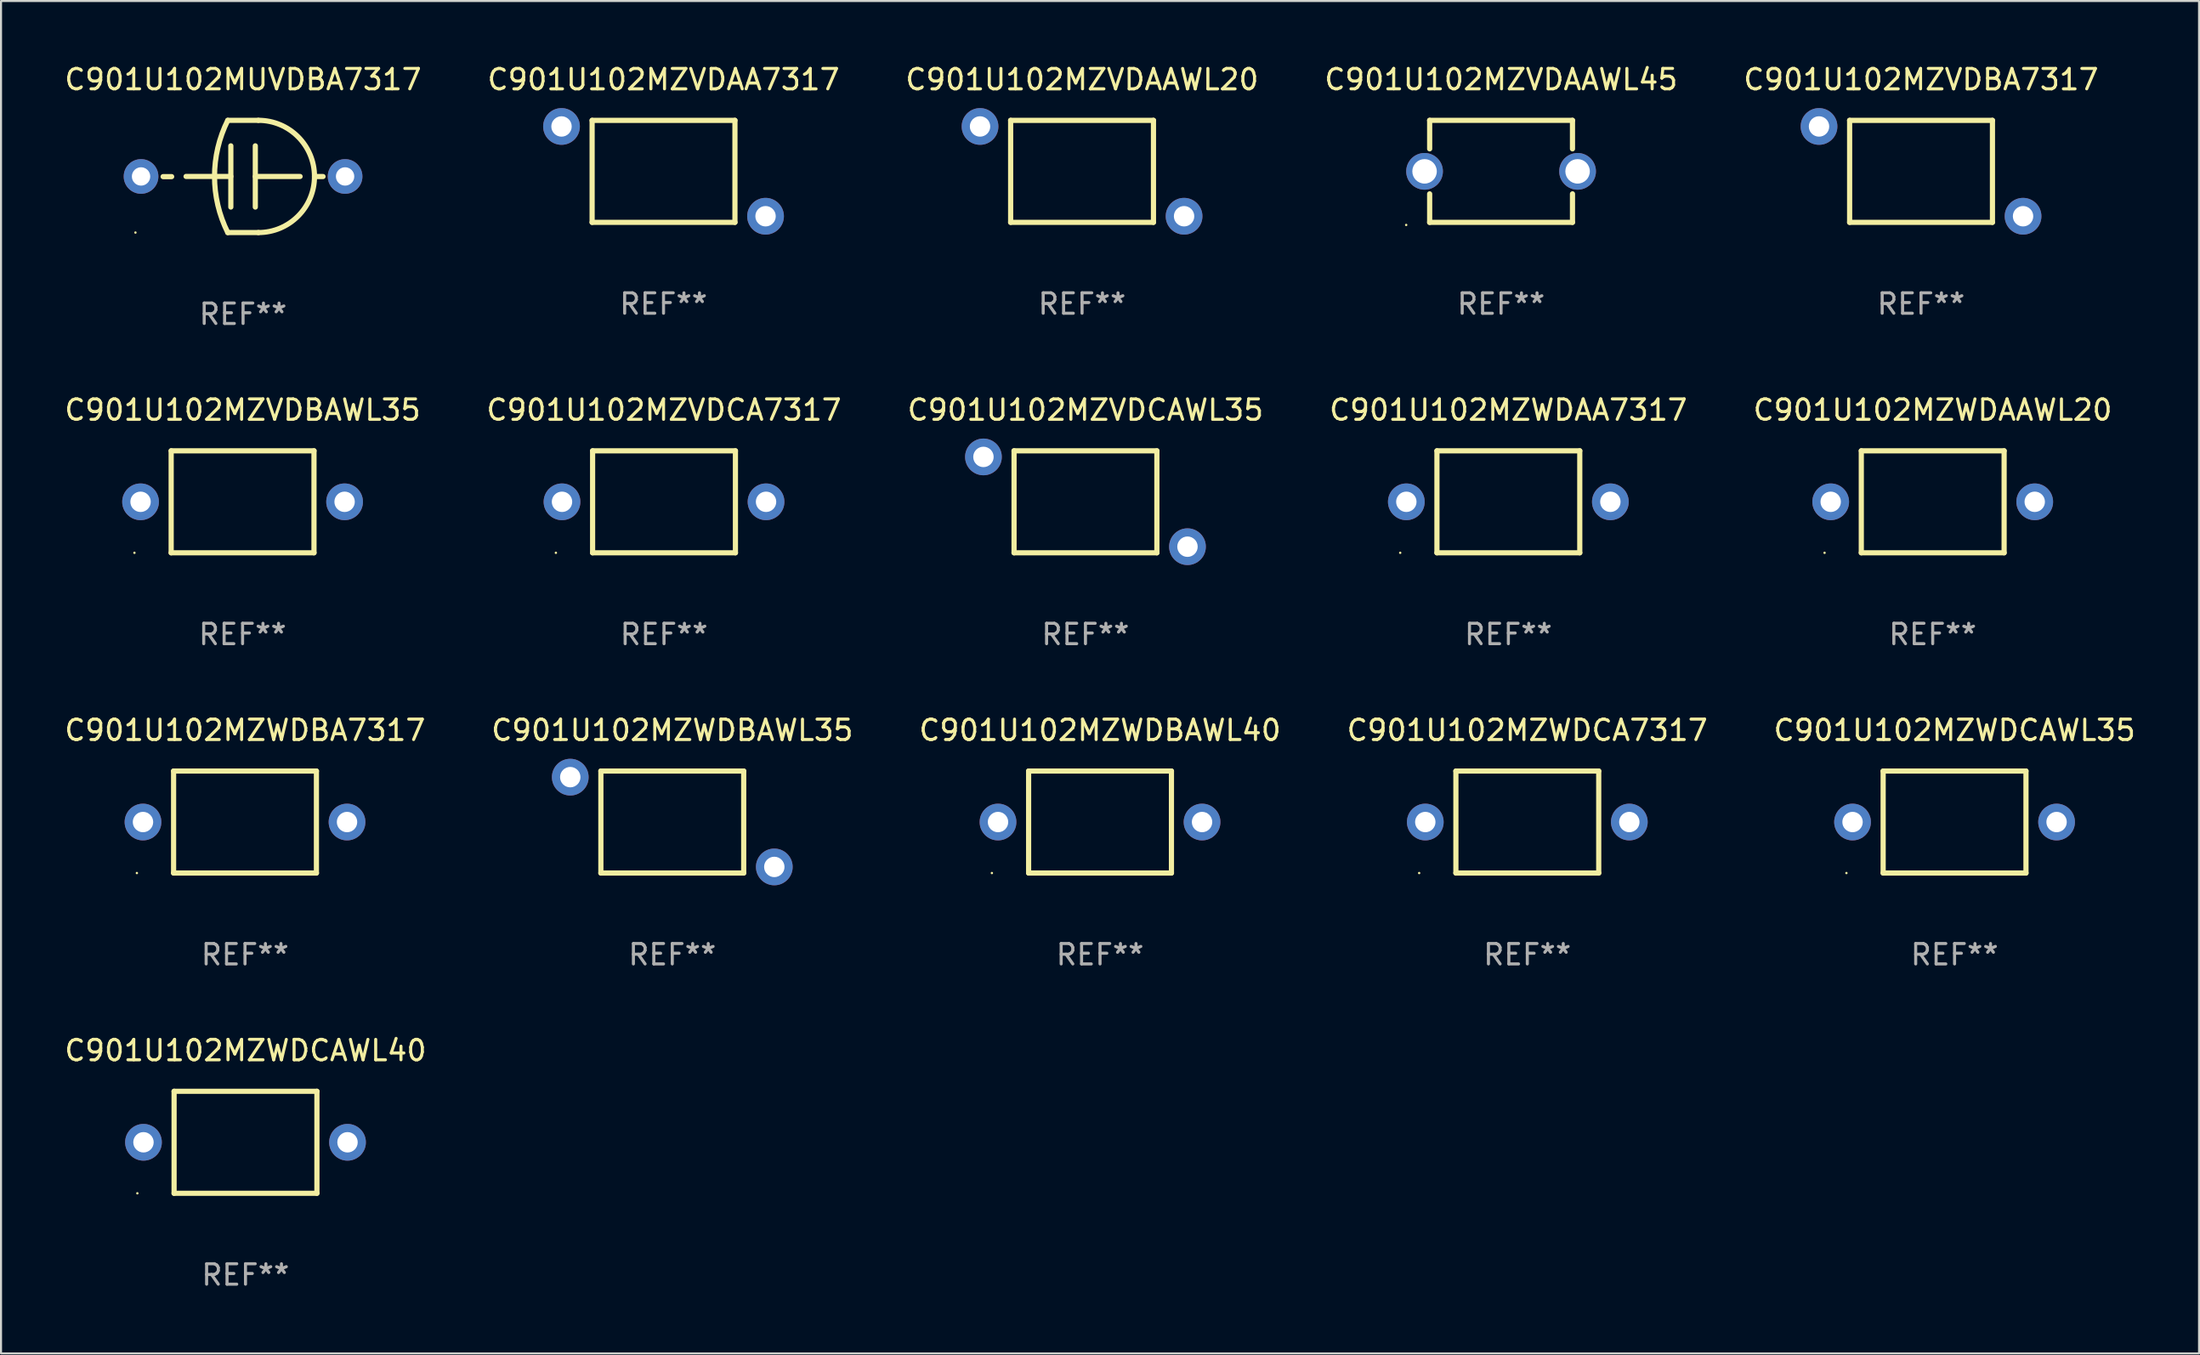
<source format=kicad_pcb>
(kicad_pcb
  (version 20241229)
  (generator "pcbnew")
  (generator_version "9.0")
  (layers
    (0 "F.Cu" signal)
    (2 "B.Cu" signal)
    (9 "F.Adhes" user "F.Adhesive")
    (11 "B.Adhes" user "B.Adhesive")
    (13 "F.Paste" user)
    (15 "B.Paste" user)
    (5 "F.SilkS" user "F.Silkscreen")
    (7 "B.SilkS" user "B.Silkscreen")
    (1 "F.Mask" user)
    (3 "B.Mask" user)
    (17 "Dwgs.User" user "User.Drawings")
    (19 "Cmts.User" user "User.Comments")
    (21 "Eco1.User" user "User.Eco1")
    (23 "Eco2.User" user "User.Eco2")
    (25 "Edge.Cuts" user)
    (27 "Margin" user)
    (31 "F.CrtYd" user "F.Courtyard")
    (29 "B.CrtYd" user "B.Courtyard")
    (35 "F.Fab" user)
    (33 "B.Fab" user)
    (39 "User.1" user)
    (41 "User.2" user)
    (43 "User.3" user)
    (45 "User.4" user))
  (footprint "C901U102MZVDBA7317"
    (layer "F.Cu")
    (at 91.101 5.348)
    (property "Reference" "C901U102MZVDBA7317" (at 0 -4.499 0) (layer "F.SilkS") (effects (font (size 1 1) (thickness 0.15))))
    (attr through_hole)
    (fp_line (start -3.5 -2.499) (end -3.5 2.499) (stroke (width 0.254) (type solid)) (layer "F.SilkS"))
    (fp_line (start -3.5 2.499) (end 3.5 2.499) (stroke (width 0.254) (type solid)) (layer "F.SilkS"))
    (fp_line (start 3.5 -2.499) (end -3.5 -2.499) (stroke (width 0.254) (type solid)) (layer "F.SilkS"))
    (fp_line (start 3.5 2.499) (end 3.5 -2.499) (stroke (width 0.254) (type solid)) (layer "F.SilkS"))
    (fp_circle (center -5.3 -2.502) (end -5.27 -2.502) (stroke (width 0.06) (type solid)) (fill no) (layer "F.SilkS"))
    (fp_text user "REF**" (at 0 6.499 0) (layer "F.Fab") (effects (font (size 1 1) (thickness 0.15))))
    (pad "1" thru_hole circle (at -5 -2.2) (size 1.8 1.8) (drill 1) (layers "*.Cu" "*.Mask"))
    (pad "2" thru_hole circle (at 5 2.2) (size 1.8 1.8) (drill 1) (layers "*.Cu" "*.Mask")))
  (footprint "C901U102MZWDBAWL35"
    (layer "F.Cu")
    (at 29.899 37.239)
    (property "Reference" "C901U102MZWDBAWL35" (at 0 -4.499 0) (layer "F.SilkS") (effects (font (size 1 1) (thickness 0.15))))
    (attr through_hole)
    (fp_line (start -3.5 -2.499) (end -3.5 2.499) (stroke (width 0.254) (type solid)) (layer "F.SilkS"))
    (fp_line (start -3.5 2.499) (end 3.5 2.499) (stroke (width 0.254) (type solid)) (layer "F.SilkS"))
    (fp_line (start 3.5 -2.499) (end -3.5 -2.499) (stroke (width 0.254) (type solid)) (layer "F.SilkS"))
    (fp_line (start 3.5 2.499) (end 3.5 -2.499) (stroke (width 0.254) (type solid)) (layer "F.SilkS"))
    (fp_circle (center -5.3 -2.502) (end -5.27 -2.502) (stroke (width 0.06) (type solid)) (fill no) (layer "F.SilkS"))
    (fp_text user "REF**" (at 0 6.499 0) (layer "F.Fab") (effects (font (size 1 1) (thickness 0.15))))
    (pad "1" thru_hole circle (at -5 -2.2) (size 1.8 1.8) (drill 1) (layers "*.Cu" "*.Mask"))
    (pad "2" thru_hole circle (at 5 2.2) (size 1.8 1.8) (drill 1) (layers "*.Cu" "*.Mask")))
  (footprint "C901U102MZWDAA7317"
    (layer "F.Cu")
    (at 70.875 21.544)
    (property "Reference" "C901U102MZWDAA7317" (at 0 -4.499 0) (layer "F.SilkS") (effects (font (size 1 1) (thickness 0.15))))
    (attr through_hole)
    (fp_line (start -3.5 -2.499) (end 3.5 -2.499) (stroke (width 0.254) (type solid)) (layer "F.SilkS"))
    (fp_line (start -3.5 2.499) (end -3.5 -2.499) (stroke (width 0.254) (type solid)) (layer "F.SilkS"))
    (fp_line (start 3.5 -2.499) (end 3.5 2.499) (stroke (width 0.254) (type solid)) (layer "F.SilkS"))
    (fp_line (start 3.5 2.499) (end -3.5 2.499) (stroke (width 0.254) (type solid)) (layer "F.SilkS"))
    (fp_circle (center -5.3 2.5) (end -5.27 2.5) (stroke (width 0.06) (type solid)) (fill no) (layer "F.SilkS"))
    (fp_text user "REF**" (at 0 6.499 0) (layer "F.Fab") (effects (font (size 1 1) (thickness 0.15))))
    (pad "1" thru_hole circle (at -5 0) (size 1.8 1.8) (drill 1) (layers "*.Cu" "*.Mask"))
    (pad "2" thru_hole circle (at 5 0) (size 1.8 1.8) (drill 1) (layers "*.Cu" "*.Mask")))
  (footprint "C901U102MZWDCAWL35"
    (layer "F.Cu")
    (at 92.744 37.239)
    (property "Reference" "C901U102MZWDCAWL35" (at 0 -4.499 0) (layer "F.SilkS") (effects (font (size 1 1) (thickness 0.15))))
    (attr through_hole)
    (fp_line (start -3.5 -2.499) (end 3.5 -2.499) (stroke (width 0.254) (type solid)) (layer "F.SilkS"))
    (fp_line (start -3.5 2.499) (end -3.5 -2.499) (stroke (width 0.254) (type solid)) (layer "F.SilkS"))
    (fp_line (start 3.5 -2.499) (end 3.5 2.499) (stroke (width 0.254) (type solid)) (layer "F.SilkS"))
    (fp_line (start 3.5 2.499) (end -3.5 2.499) (stroke (width 0.254) (type solid)) (layer "F.SilkS"))
    (fp_circle (center -5.3 2.5) (end -5.27 2.5) (stroke (width 0.06) (type solid)) (fill no) (layer "F.SilkS"))
    (fp_text user "REF**" (at 0 6.499 0) (layer "F.Fab") (effects (font (size 1 1) (thickness 0.15))))
    (pad "1" thru_hole circle (at -5 0) (size 1.8 1.8) (drill 1) (layers "*.Cu" "*.Mask"))
    (pad "2" thru_hole circle (at 5 0) (size 1.8 1.8) (drill 1) (layers "*.Cu" "*.Mask")))
  (footprint "C901U102MZWDCA7317"
    (layer "F.Cu")
    (at 71.804 37.239)
    (property "Reference" "C901U102MZWDCA7317" (at 0 -4.499 0) (layer "F.SilkS") (effects (font (size 1 1) (thickness 0.15))))
    (attr through_hole)
    (fp_line (start -3.5 -2.499) (end 3.5 -2.499) (stroke (width 0.254) (type solid)) (layer "F.SilkS"))
    (fp_line (start -3.5 2.499) (end -3.5 -2.499) (stroke (width 0.254) (type solid)) (layer "F.SilkS"))
    (fp_line (start 3.5 -2.499) (end 3.5 2.499) (stroke (width 0.254) (type solid)) (layer "F.SilkS"))
    (fp_line (start 3.5 2.499) (end -3.5 2.499) (stroke (width 0.254) (type solid)) (layer "F.SilkS"))
    (fp_circle (center -5.3 2.5) (end -5.27 2.5) (stroke (width 0.06) (type solid)) (fill no) (layer "F.SilkS"))
    (fp_text user "REF**" (at 0 6.499 0) (layer "F.Fab") (effects (font (size 1 1) (thickness 0.15))))
    (pad "1" thru_hole circle (at -5 0) (size 1.8 1.8) (drill 1) (layers "*.Cu" "*.Mask"))
    (pad "2" thru_hole circle (at 5 0) (size 1.8 1.8) (drill 1) (layers "*.Cu" "*.Mask")))
  (footprint "C901U102MZVDAAWL45"
    (layer "F.Cu")
    (at 70.518 5.348)
    (property "Reference" "C901U102MZVDAAWL45" (at 0 -4.5 0) (layer "F.SilkS") (effects (font (size 1 1) (thickness 0.15))))
    (attr through_hole)
    (fp_line (start -3.5 -2.5) (end -3.5 -1.103) (stroke (width 0.254) (type solid)) (layer "F.SilkS"))
    (fp_line (start -3.5 -2.5) (end 3.5 -2.5) (stroke (width 0.254) (type solid)) (layer "F.SilkS"))
    (fp_line (start -3.5 1.103) (end -3.5 2.5) (stroke (width 0.254) (type solid)) (layer "F.SilkS"))
    (fp_line (start 3.5 -2.5) (end 3.5 -1.103) (stroke (width 0.254) (type solid)) (layer "F.SilkS"))
    (fp_line (start 3.5 1.103) (end 3.5 2.5) (stroke (width 0.254) (type solid)) (layer "F.SilkS"))
    (fp_line (start 3.5 2.5) (end -3.5 2.5) (stroke (width 0.254) (type solid)) (layer "F.SilkS"))
    (fp_circle (center -4.65 2.627) (end -4.62 2.627) (stroke (width 0.06) (type solid)) (fill no) (layer "F.SilkS"))
    (fp_text user "REF**" (at 0 6.5 0) (layer "F.Fab") (effects (font (size 1 1) (thickness 0.15))))
    (pad "1" thru_hole circle (at -3.75 0) (size 1.8 1.8) (drill 1.2) (layers "*.Cu" "*.Mask"))
    (pad "2" thru_hole circle (at 3.75 0) (size 1.8 1.8) (drill 1.2) (layers "*.Cu" "*.Mask")))
  (footprint "C901U102MUVDBA7317"
    (layer "F.Cu")
    (at 8.863 5.598)
    (property "Reference" "C901U102MUVDBA7317" (at 0 -4.75 0) (layer "F.SilkS") (effects (font (size 1 1) (thickness 0.15))))
    (attr through_hole)
    (fp_line (start -3.5 0.009) (end -3.919 0.009) (stroke (width 0.254) (type solid)) (layer "F.SilkS"))
    (fp_line (start -0.75 -2.75) (end 0.75 -2.75) (stroke (width 0.254) (type solid)) (layer "F.SilkS"))
    (fp_line (start -0.6 -1.5) (end -0.6 1.5) (stroke (width 0.254) (type solid)) (layer "F.SilkS"))
    (fp_line (start -0.6 -0.001) (end -2.794 -0.001) (stroke (width 0.254) (type solid)) (layer "F.SilkS"))
    (fp_line (start 0.6 0.001) (end 2.794 0.001) (stroke (width 0.254) (type solid)) (layer "F.SilkS"))
    (fp_line (start 0.6 1.5) (end 0.6 -1.5) (stroke (width 0.254) (type solid)) (layer "F.SilkS"))
    (fp_line (start 0.75 2.75) (end -0.75 2.75) (stroke (width 0.254) (type solid)) (layer "F.SilkS"))
    (fp_line (start 3.5 0.004) (end 3.919 0.004) (stroke (width 0.254) (type solid)) (layer "F.SilkS"))
    (fp_arc (start -0.749302 2.750825) (mid -1.398831 0.00049) (end -0.750013 -2.750013) (stroke (width 0.254001) (type solid)) (layer "F.SilkS"))
    (fp_arc (start 0.7493 -2.750825) (mid 3.49972 -0.000762) (end 0.750013 2.750013) (stroke (width 0.254001) (type solid)) (layer "F.SilkS"))
    (fp_circle (center -5.275 2.75) (end -5.245 2.75) (stroke (width 0.06) (type solid)) (fill no) (layer "F.SilkS"))
    (fp_text user "REF**" (at 0 6.75 0) (layer "F.Fab") (effects (font (size 1 1) (thickness 0.15))))
    (pad "1" thru_hole circle (at -5 0) (size 1.7 1.7) (drill 0.9) (layers "*.Cu" "*.Mask"))
    (pad "2" thru_hole circle (at 5 0) (size 1.7 1.7) (drill 0.9) (layers "*.Cu" "*.Mask")))
  (footprint "C901U102MZVDAA7317"
    (layer "F.Cu")
    (at 29.47 5.348)
    (property "Reference" "C901U102MZVDAA7317" (at 0 -4.499 0) (layer "F.SilkS") (effects (font (size 1 1) (thickness 0.15))))
    (attr through_hole)
    (fp_line (start -3.5 -2.499) (end -3.5 2.499) (stroke (width 0.254) (type solid)) (layer "F.SilkS"))
    (fp_line (start -3.5 2.499) (end 3.5 2.499) (stroke (width 0.254) (type solid)) (layer "F.SilkS"))
    (fp_line (start 3.5 -2.499) (end -3.5 -2.499) (stroke (width 0.254) (type solid)) (layer "F.SilkS"))
    (fp_line (start 3.5 2.499) (end 3.5 -2.499) (stroke (width 0.254) (type solid)) (layer "F.SilkS"))
    (fp_circle (center -5.3 -2.502) (end -5.27 -2.502) (stroke (width 0.06) (type solid)) (fill no) (layer "F.SilkS"))
    (fp_text user "REF**" (at 0 6.499 0) (layer "F.Fab") (effects (font (size 1 1) (thickness 0.15))))
    (pad "1" thru_hole circle (at -5 -2.2) (size 1.8 1.8) (drill 1) (layers "*.Cu" "*.Mask"))
    (pad "2" thru_hole circle (at 5 2.2) (size 1.8 1.8) (drill 1) (layers "*.Cu" "*.Mask")))
  (footprint "C901U102MZWDBA7317"
    (layer "F.Cu")
    (at 8.958 37.239)
    (property "Reference" "C901U102MZWDBA7317" (at 0 -4.499 0) (layer "F.SilkS") (effects (font (size 1 1) (thickness 0.15))))
    (attr through_hole)
    (fp_line (start -3.5 -2.499) (end 3.5 -2.499) (stroke (width 0.254) (type solid)) (layer "F.SilkS"))
    (fp_line (start -3.5 2.499) (end -3.5 -2.499) (stroke (width 0.254) (type solid)) (layer "F.SilkS"))
    (fp_line (start 3.5 -2.499) (end 3.5 2.499) (stroke (width 0.254) (type solid)) (layer "F.SilkS"))
    (fp_line (start 3.5 2.499) (end -3.5 2.499) (stroke (width 0.254) (type solid)) (layer "F.SilkS"))
    (fp_circle (center -5.3 2.5) (end -5.27 2.5) (stroke (width 0.06) (type solid)) (fill no) (layer "F.SilkS"))
    (fp_text user "REF**" (at 0 6.499 0) (layer "F.Fab") (effects (font (size 1 1) (thickness 0.15))))
    (pad "1" thru_hole circle (at -5 0) (size 1.8 1.8) (drill 1) (layers "*.Cu" "*.Mask"))
    (pad "2" thru_hole circle (at 5 0) (size 1.8 1.8) (drill 1) (layers "*.Cu" "*.Mask")))
  (footprint "C901U102MZVDCAWL35"
    (layer "F.Cu")
    (at 50.149 21.544)
    (property "Reference" "C901U102MZVDCAWL35" (at 0 -4.499 0) (layer "F.SilkS") (effects (font (size 1 1) (thickness 0.15))))
    (attr through_hole)
    (fp_line (start -3.5 -2.499) (end -3.5 2.499) (stroke (width 0.254) (type solid)) (layer "F.SilkS"))
    (fp_line (start -3.5 2.499) (end 3.5 2.499) (stroke (width 0.254) (type solid)) (layer "F.SilkS"))
    (fp_line (start 3.5 -2.499) (end -3.5 -2.499) (stroke (width 0.254) (type solid)) (layer "F.SilkS"))
    (fp_line (start 3.5 2.499) (end 3.5 -2.499) (stroke (width 0.254) (type solid)) (layer "F.SilkS"))
    (fp_circle (center -5.3 -2.502) (end -5.27 -2.502) (stroke (width 0.06) (type solid)) (fill no) (layer "F.SilkS"))
    (fp_text user "REF**" (at 0 6.499 0) (layer "F.Fab") (effects (font (size 1 1) (thickness 0.15))))
    (pad "1" thru_hole circle (at -5 -2.2) (size 1.8 1.8) (drill 1) (layers "*.Cu" "*.Mask"))
    (pad "2" thru_hole circle (at 5 2.2) (size 1.8 1.8) (drill 1) (layers "*.Cu" "*.Mask")))
  (footprint "C901U102MZWDAAWL20"
    (layer "F.Cu")
    (at 91.673 21.544)
    (property "Reference" "C901U102MZWDAAWL20" (at 0 -4.499 0) (layer "F.SilkS") (effects (font (size 1 1) (thickness 0.15))))
    (attr through_hole)
    (fp_line (start -3.5 -2.499) (end 3.5 -2.499) (stroke (width 0.254) (type solid)) (layer "F.SilkS"))
    (fp_line (start -3.5 2.499) (end -3.5 -2.499) (stroke (width 0.254) (type solid)) (layer "F.SilkS"))
    (fp_line (start 3.5 -2.499) (end 3.5 2.499) (stroke (width 0.254) (type solid)) (layer "F.SilkS"))
    (fp_line (start 3.5 2.499) (end -3.5 2.499) (stroke (width 0.254) (type solid)) (layer "F.SilkS"))
    (fp_circle (center -5.3 2.5) (end -5.27 2.5) (stroke (width 0.06) (type solid)) (fill no) (layer "F.SilkS"))
    (fp_text user "REF**" (at 0 6.499 0) (layer "F.Fab") (effects (font (size 1 1) (thickness 0.15))))
    (pad "1" thru_hole circle (at -5 0) (size 1.8 1.8) (drill 1) (layers "*.Cu" "*.Mask"))
    (pad "2" thru_hole circle (at 5 0) (size 1.8 1.8) (drill 1) (layers "*.Cu" "*.Mask")))
  (footprint "C901U102MZWDCAWL40"
    (layer "F.Cu")
    (at 8.982 52.935)
    (property "Reference" "C901U102MZWDCAWL40" (at 0 -4.499 0) (layer "F.SilkS") (effects (font (size 1 1) (thickness 0.15))))
    (attr through_hole)
    (fp_line (start -3.5 -2.499) (end 3.5 -2.499) (stroke (width 0.254) (type solid)) (layer "F.SilkS"))
    (fp_line (start -3.5 2.499) (end -3.5 -2.499) (stroke (width 0.254) (type solid)) (layer "F.SilkS"))
    (fp_line (start 3.5 -2.499) (end 3.5 2.499) (stroke (width 0.254) (type solid)) (layer "F.SilkS"))
    (fp_line (start 3.5 2.499) (end -3.5 2.499) (stroke (width 0.254) (type solid)) (layer "F.SilkS"))
    (fp_circle (center -5.3 2.5) (end -5.27 2.5) (stroke (width 0.06) (type solid)) (fill no) (layer "F.SilkS"))
    (fp_text user "REF**" (at 0 6.499 0) (layer "F.Fab") (effects (font (size 1 1) (thickness 0.15))))
    (pad "1" thru_hole circle (at -5 0) (size 1.8 1.8) (drill 1) (layers "*.Cu" "*.Mask"))
    (pad "2" thru_hole circle (at 5 0) (size 1.8 1.8) (drill 1) (layers "*.Cu" "*.Mask")))
  (footprint "C901U102MZVDCA7317"
    (layer "F.Cu")
    (at 29.494 21.544)
    (property "Reference" "C901U102MZVDCA7317" (at 0 -4.499 0) (layer "F.SilkS") (effects (font (size 1 1) (thickness 0.15))))
    (attr through_hole)
    (fp_line (start -3.5 -2.499) (end 3.5 -2.499) (stroke (width 0.254) (type solid)) (layer "F.SilkS"))
    (fp_line (start -3.5 2.499) (end -3.5 -2.499) (stroke (width 0.254) (type solid)) (layer "F.SilkS"))
    (fp_line (start 3.5 -2.499) (end 3.5 2.499) (stroke (width 0.254) (type solid)) (layer "F.SilkS"))
    (fp_line (start 3.5 2.499) (end -3.5 2.499) (stroke (width 0.254) (type solid)) (layer "F.SilkS"))
    (fp_circle (center -5.3 2.5) (end -5.27 2.5) (stroke (width 0.06) (type solid)) (fill no) (layer "F.SilkS"))
    (fp_text user "REF**" (at 0 6.499 0) (layer "F.Fab") (effects (font (size 1 1) (thickness 0.15))))
    (pad "1" thru_hole circle (at -5 0) (size 1.8 1.8) (drill 1) (layers "*.Cu" "*.Mask"))
    (pad "2" thru_hole circle (at 5 0) (size 1.8 1.8) (drill 1) (layers "*.Cu" "*.Mask")))
  (footprint "C901U102MZVDAAWL20"
    (layer "F.Cu")
    (at 49.982 5.348)
    (property "Reference" "C901U102MZVDAAWL20" (at 0 -4.499 0) (layer "F.SilkS") (effects (font (size 1 1) (thickness 0.15))))
    (attr through_hole)
    (fp_line (start -3.5 -2.499) (end -3.5 2.499) (stroke (width 0.254) (type solid)) (layer "F.SilkS"))
    (fp_line (start -3.5 2.499) (end 3.5 2.499) (stroke (width 0.254) (type solid)) (layer "F.SilkS"))
    (fp_line (start 3.5 -2.499) (end -3.5 -2.499) (stroke (width 0.254) (type solid)) (layer "F.SilkS"))
    (fp_line (start 3.5 2.499) (end 3.5 -2.499) (stroke (width 0.254) (type solid)) (layer "F.SilkS"))
    (fp_circle (center -5.3 -2.502) (end -5.27 -2.502) (stroke (width 0.06) (type solid)) (fill no) (layer "F.SilkS"))
    (fp_text user "REF**" (at 0 6.499 0) (layer "F.Fab") (effects (font (size 1 1) (thickness 0.15))))
    (pad "1" thru_hole circle (at -5 -2.2) (size 1.8 1.8) (drill 1) (layers "*.Cu" "*.Mask"))
    (pad "2" thru_hole circle (at 5 2.2) (size 1.8 1.8) (drill 1) (layers "*.Cu" "*.Mask")))
  (footprint "C901U102MZWDBAWL40"
    (layer "F.Cu")
    (at 50.863 37.239)
    (property "Reference" "C901U102MZWDBAWL40" (at 0 -4.499 0) (layer "F.SilkS") (effects (font (size 1 1) (thickness 0.15))))
    (attr through_hole)
    (fp_line (start -3.5 -2.499) (end 3.5 -2.499) (stroke (width 0.254) (type solid)) (layer "F.SilkS"))
    (fp_line (start -3.5 2.499) (end -3.5 -2.499) (stroke (width 0.254) (type solid)) (layer "F.SilkS"))
    (fp_line (start 3.5 -2.499) (end 3.5 2.499) (stroke (width 0.254) (type solid)) (layer "F.SilkS"))
    (fp_line (start 3.5 2.499) (end -3.5 2.499) (stroke (width 0.254) (type solid)) (layer "F.SilkS"))
    (fp_circle (center -5.3 2.5) (end -5.27 2.5) (stroke (width 0.06) (type solid)) (fill no) (layer "F.SilkS"))
    (fp_text user "REF**" (at 0 6.499 0) (layer "F.Fab") (effects (font (size 1 1) (thickness 0.15))))
    (pad "1" thru_hole circle (at -5 0) (size 1.8 1.8) (drill 1) (layers "*.Cu" "*.Mask"))
    (pad "2" thru_hole circle (at 5 0) (size 1.8 1.8) (drill 1) (layers "*.Cu" "*.Mask")))
  (footprint "C901U102MZVDBAWL35"
    (layer "F.Cu")
    (at 8.839 21.544)
    (property "Reference" "C901U102MZVDBAWL35" (at 0 -4.499 0) (layer "F.SilkS") (effects (font (size 1 1) (thickness 0.15))))
    (attr through_hole)
    (fp_line (start -3.5 -2.499) (end 3.5 -2.499) (stroke (width 0.254) (type solid)) (layer "F.SilkS"))
    (fp_line (start -3.5 2.499) (end -3.5 -2.499) (stroke (width 0.254) (type solid)) (layer "F.SilkS"))
    (fp_line (start 3.5 -2.499) (end 3.5 2.499) (stroke (width 0.254) (type solid)) (layer "F.SilkS"))
    (fp_line (start 3.5 2.499) (end -3.5 2.499) (stroke (width 0.254) (type solid)) (layer "F.SilkS"))
    (fp_circle (center -5.3 2.5) (end -5.27 2.5) (stroke (width 0.06) (type solid)) (fill no) (layer "F.SilkS"))
    (fp_text user "REF**" (at 0 6.499 0) (layer "F.Fab") (effects (font (size 1 1) (thickness 0.15))))
    (pad "1" thru_hole circle (at -5 0) (size 1.8 1.8) (drill 1) (layers "*.Cu" "*.Mask"))
    (pad "2" thru_hole circle (at 5 0) (size 1.8 1.8) (drill 1) (layers "*.Cu" "*.Mask")))
  (gr_rect
    (start -3 -3)
    (end 104.726 63.282)
    (stroke (width 0.1) (type default))
    (fill no)
    (layer "Edge.Cuts")))
</source>
